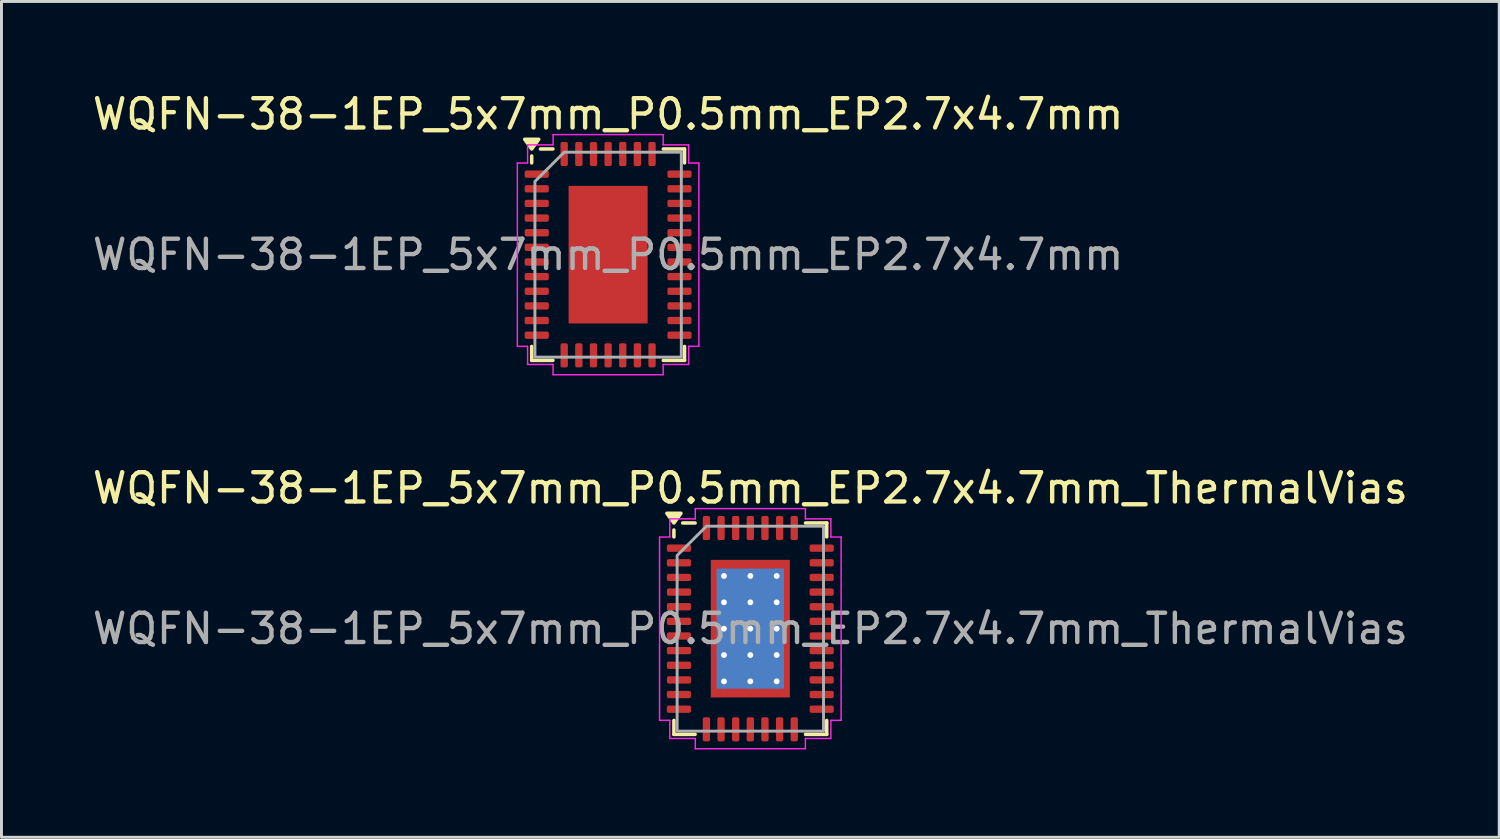
<source format=kicad_pcb>
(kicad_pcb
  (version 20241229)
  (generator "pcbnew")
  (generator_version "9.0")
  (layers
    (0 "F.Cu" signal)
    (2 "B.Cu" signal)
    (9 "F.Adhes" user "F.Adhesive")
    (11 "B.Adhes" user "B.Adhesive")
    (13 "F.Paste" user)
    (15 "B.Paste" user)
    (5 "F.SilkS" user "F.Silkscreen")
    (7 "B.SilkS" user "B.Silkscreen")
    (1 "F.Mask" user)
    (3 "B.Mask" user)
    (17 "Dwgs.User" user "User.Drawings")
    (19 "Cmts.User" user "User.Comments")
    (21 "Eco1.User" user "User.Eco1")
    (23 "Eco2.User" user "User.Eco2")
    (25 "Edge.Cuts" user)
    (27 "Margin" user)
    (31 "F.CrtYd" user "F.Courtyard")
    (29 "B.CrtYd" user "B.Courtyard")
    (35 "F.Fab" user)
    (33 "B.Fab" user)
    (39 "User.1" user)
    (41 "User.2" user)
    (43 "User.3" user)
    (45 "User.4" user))
  (footprint "WQFN-38-1EP_5x7mm_P0.5mm_EP2.7x4.7mm_ThermalVias"
    (layer "F.Cu")
    (at 22.577 18.422)
    (property "Reference" "WQFN-38-1EP_5x7mm_P0.5mm_EP2.7x4.7mm_ThermalVias" (at 0 -4.8 0) (layer "F.SilkS") (effects (font (size 1 1) (thickness 0.15))))
    (attr smd)
    (fp_line (start -2.61 -3.135) (end -2.61 -3.37) (stroke (width 0.12) (type solid)) (layer "F.SilkS"))
    (fp_line (start -2.61 3.61) (end -2.61 3.135) (stroke (width 0.12) (type solid)) (layer "F.SilkS"))
    (fp_line (start -1.885 -3.61) (end -2.31 -3.61) (stroke (width 0.12) (type solid)) (layer "F.SilkS"))
    (fp_line (start -1.885 3.61) (end -2.61 3.61) (stroke (width 0.12) (type solid)) (layer "F.SilkS"))
    (fp_line (start 1.885 -3.61) (end 2.61 -3.61) (stroke (width 0.12) (type solid)) (layer "F.SilkS"))
    (fp_line (start 1.885 3.61) (end 2.61 3.61) (stroke (width 0.12) (type solid)) (layer "F.SilkS"))
    (fp_line (start 2.61 -3.61) (end 2.61 -3.135) (stroke (width 0.12) (type solid)) (layer "F.SilkS"))
    (fp_line (start 2.61 3.61) (end 2.61 3.135) (stroke (width 0.12) (type solid)) (layer "F.SilkS"))
    (fp_poly (pts (xy -2.61 -3.61) (xy -2.85 -3.94) (xy -2.37 -3.94)) (stroke (width 0.12) (type solid)) (fill yes) (layer "F.SilkS"))
    (fp_line (start -3.1 -3.13) (end -2.75 -3.13) (stroke (width 0.05) (type solid)) (layer "F.CrtYd"))
    (fp_line (start -3.1 3.13) (end -3.1 -3.13) (stroke (width 0.05) (type solid)) (layer "F.CrtYd"))
    (fp_line (start -2.75 -3.75) (end -1.88 -3.75) (stroke (width 0.05) (type solid)) (layer "F.CrtYd"))
    (fp_line (start -2.75 -3.13) (end -2.75 -3.75) (stroke (width 0.05) (type solid)) (layer "F.CrtYd"))
    (fp_line (start -2.75 3.13) (end -3.1 3.13) (stroke (width 0.05) (type solid)) (layer "F.CrtYd"))
    (fp_line (start -2.75 3.75) (end -2.75 3.13) (stroke (width 0.05) (type solid)) (layer "F.CrtYd"))
    (fp_line (start -1.88 -4.1) (end 1.88 -4.1) (stroke (width 0.05) (type solid)) (layer "F.CrtYd"))
    (fp_line (start -1.88 -3.75) (end -1.88 -4.1) (stroke (width 0.05) (type solid)) (layer "F.CrtYd"))
    (fp_line (start -1.88 3.75) (end -2.75 3.75) (stroke (width 0.05) (type solid)) (layer "F.CrtYd"))
    (fp_line (start -1.88 4.1) (end -1.88 3.75) (stroke (width 0.05) (type solid)) (layer "F.CrtYd"))
    (fp_line (start 1.88 -4.1) (end 1.88 -3.75) (stroke (width 0.05) (type solid)) (layer "F.CrtYd"))
    (fp_line (start 1.88 -3.75) (end 2.75 -3.75) (stroke (width 0.05) (type solid)) (layer "F.CrtYd"))
    (fp_line (start 1.88 3.75) (end 1.88 4.1) (stroke (width 0.05) (type solid)) (layer "F.CrtYd"))
    (fp_line (start 1.88 4.1) (end -1.88 4.1) (stroke (width 0.05) (type solid)) (layer "F.CrtYd"))
    (fp_line (start 2.75 -3.75) (end 2.75 -3.13) (stroke (width 0.05) (type solid)) (layer "F.CrtYd"))
    (fp_line (start 2.75 -3.13) (end 3.1 -3.13) (stroke (width 0.05) (type solid)) (layer "F.CrtYd"))
    (fp_line (start 2.75 3.13) (end 2.75 3.75) (stroke (width 0.05) (type solid)) (layer "F.CrtYd"))
    (fp_line (start 2.75 3.75) (end 1.88 3.75) (stroke (width 0.05) (type solid)) (layer "F.CrtYd"))
    (fp_line (start 3.1 -3.13) (end 3.1 3.13) (stroke (width 0.05) (type solid)) (layer "F.CrtYd"))
    (fp_line (start 3.1 3.13) (end 2.75 3.13) (stroke (width 0.05) (type solid)) (layer "F.CrtYd"))
    (fp_poly (pts (xy -2.5 -2.5) (xy -2.5 3.5) (xy 2.5 3.5) (xy 2.5 -3.5) (xy -1.5 -3.5)) (stroke (width 0.1) (type solid)) (fill no) (layer "F.Fab"))
    (fp_text user "${REFERENCE}" (at 0 0 0) (layer "F.Fab") (effects (font (size 1 1) (thickness 0.15))))
    (pad "" smd roundrect (at -0.675 -1.57) (size 1.09 1.26) (layers "F.Paste") (roundrect_rratio 0.229))
    (pad "" smd roundrect (at -0.675 0) (size 1.09 1.26) (layers "F.Paste") (roundrect_rratio 0.229))
    (pad "" smd roundrect (at -0.675 1.57) (size 1.09 1.26) (layers "F.Paste") (roundrect_rratio 0.229))
    (pad "" smd roundrect (at 0.675 -1.57) (size 1.09 1.26) (layers "F.Paste") (roundrect_rratio 0.229))
    (pad "" smd roundrect (at 0.675 0) (size 1.09 1.26) (layers "F.Paste") (roundrect_rratio 0.229))
    (pad "" smd roundrect (at 0.675 1.57) (size 1.09 1.26) (layers "F.Paste") (roundrect_rratio 0.229))
    (pad "1" smd roundrect (at -2.438 -2.75) (size 0.825 0.25) (layers "F.Cu" "F.Mask" "F.Paste") (roundrect_rratio 0.25))
    (pad "2" smd roundrect (at -2.438 -2.25) (size 0.825 0.25) (layers "F.Cu" "F.Mask" "F.Paste") (roundrect_rratio 0.25))
    (pad "3" smd roundrect (at -2.438 -1.75) (size 0.825 0.25) (layers "F.Cu" "F.Mask" "F.Paste") (roundrect_rratio 0.25))
    (pad "4" smd roundrect (at -2.438 -1.25) (size 0.825 0.25) (layers "F.Cu" "F.Mask" "F.Paste") (roundrect_rratio 0.25))
    (pad "5" smd roundrect (at -2.438 -0.75) (size 0.825 0.25) (layers "F.Cu" "F.Mask" "F.Paste") (roundrect_rratio 0.25))
    (pad "6" smd roundrect (at -2.438 -0.25) (size 0.825 0.25) (layers "F.Cu" "F.Mask" "F.Paste") (roundrect_rratio 0.25))
    (pad "7" smd roundrect (at -2.438 0.25) (size 0.825 0.25) (layers "F.Cu" "F.Mask" "F.Paste") (roundrect_rratio 0.25))
    (pad "8" smd roundrect (at -2.438 0.75) (size 0.825 0.25) (layers "F.Cu" "F.Mask" "F.Paste") (roundrect_rratio 0.25))
    (pad "9" smd roundrect (at -2.438 1.25) (size 0.825 0.25) (layers "F.Cu" "F.Mask" "F.Paste") (roundrect_rratio 0.25))
    (pad "10" smd roundrect (at -2.438 1.75) (size 0.825 0.25) (layers "F.Cu" "F.Mask" "F.Paste") (roundrect_rratio 0.25))
    (pad "11" smd roundrect (at -2.438 2.25) (size 0.825 0.25) (layers "F.Cu" "F.Mask" "F.Paste") (roundrect_rratio 0.25))
    (pad "12" smd roundrect (at -2.438 2.75) (size 0.825 0.25) (layers "F.Cu" "F.Mask" "F.Paste") (roundrect_rratio 0.25))
    (pad "13" smd roundrect (at -1.5 3.438) (size 0.25 0.825) (layers "F.Cu" "F.Mask" "F.Paste") (roundrect_rratio 0.25))
    (pad "14" smd roundrect (at -1 3.438) (size 0.25 0.825) (layers "F.Cu" "F.Mask" "F.Paste") (roundrect_rratio 0.25))
    (pad "15" smd roundrect (at -0.5 3.438) (size 0.25 0.825) (layers "F.Cu" "F.Mask" "F.Paste") (roundrect_rratio 0.25))
    (pad "16" smd roundrect (at 0 3.438) (size 0.25 0.825) (layers "F.Cu" "F.Mask" "F.Paste") (roundrect_rratio 0.25))
    (pad "17" smd roundrect (at 0.5 3.438) (size 0.25 0.825) (layers "F.Cu" "F.Mask" "F.Paste") (roundrect_rratio 0.25))
    (pad "18" smd roundrect (at 1 3.438) (size 0.25 0.825) (layers "F.Cu" "F.Mask" "F.Paste") (roundrect_rratio 0.25))
    (pad "19" smd roundrect (at 1.5 3.438) (size 0.25 0.825) (layers "F.Cu" "F.Mask" "F.Paste") (roundrect_rratio 0.25))
    (pad "20" smd roundrect (at 2.438 2.75) (size 0.825 0.25) (layers "F.Cu" "F.Mask" "F.Paste") (roundrect_rratio 0.25))
    (pad "21" smd roundrect (at 2.438 2.25) (size 0.825 0.25) (layers "F.Cu" "F.Mask" "F.Paste") (roundrect_rratio 0.25))
    (pad "22" smd roundrect (at 2.438 1.75) (size 0.825 0.25) (layers "F.Cu" "F.Mask" "F.Paste") (roundrect_rratio 0.25))
    (pad "23" smd roundrect (at 2.438 1.25) (size 0.825 0.25) (layers "F.Cu" "F.Mask" "F.Paste") (roundrect_rratio 0.25))
    (pad "24" smd roundrect (at 2.438 0.75) (size 0.825 0.25) (layers "F.Cu" "F.Mask" "F.Paste") (roundrect_rratio 0.25))
    (pad "25" smd roundrect (at 2.438 0.25) (size 0.825 0.25) (layers "F.Cu" "F.Mask" "F.Paste") (roundrect_rratio 0.25))
    (pad "26" smd roundrect (at 2.438 -0.25) (size 0.825 0.25) (layers "F.Cu" "F.Mask" "F.Paste") (roundrect_rratio 0.25))
    (pad "27" smd roundrect (at 2.438 -0.75) (size 0.825 0.25) (layers "F.Cu" "F.Mask" "F.Paste") (roundrect_rratio 0.25))
    (pad "28" smd roundrect (at 2.438 -1.25) (size 0.825 0.25) (layers "F.Cu" "F.Mask" "F.Paste") (roundrect_rratio 0.25))
    (pad "29" smd roundrect (at 2.438 -1.75) (size 0.825 0.25) (layers "F.Cu" "F.Mask" "F.Paste") (roundrect_rratio 0.25))
    (pad "30" smd roundrect (at 2.438 -2.25) (size 0.825 0.25) (layers "F.Cu" "F.Mask" "F.Paste") (roundrect_rratio 0.25))
    (pad "31" smd roundrect (at 2.438 -2.75) (size 0.825 0.25) (layers "F.Cu" "F.Mask" "F.Paste") (roundrect_rratio 0.25))
    (pad "32" smd roundrect (at 1.5 -3.438) (size 0.25 0.825) (layers "F.Cu" "F.Mask" "F.Paste") (roundrect_rratio 0.25))
    (pad "33" smd roundrect (at 1 -3.438) (size 0.25 0.825) (layers "F.Cu" "F.Mask" "F.Paste") (roundrect_rratio 0.25))
    (pad "34" smd roundrect (at 0.5 -3.438) (size 0.25 0.825) (layers "F.Cu" "F.Mask" "F.Paste") (roundrect_rratio 0.25))
    (pad "35" smd roundrect (at 0 -3.438) (size 0.25 0.825) (layers "F.Cu" "F.Mask" "F.Paste") (roundrect_rratio 0.25))
    (pad "36" smd roundrect (at -0.5 -3.438) (size 0.25 0.825) (layers "F.Cu" "F.Mask" "F.Paste") (roundrect_rratio 0.25))
    (pad "37" smd roundrect (at -1 -3.438) (size 0.25 0.825) (layers "F.Cu" "F.Mask" "F.Paste") (roundrect_rratio 0.25))
    (pad "38" smd roundrect (at -1.5 -3.438) (size 0.25 0.825) (layers "F.Cu" "F.Mask" "F.Paste") (roundrect_rratio 0.25))
    (pad "39" thru_hole circle (at -0.9 -1.8) (size 0.5 0.5) (drill 0.2) (property pad_prop_heatsink) (layers "*.Cu"))
    (pad "39" thru_hole circle (at -0.9 -0.9) (size 0.5 0.5) (drill 0.2) (property pad_prop_heatsink) (layers "*.Cu"))
    (pad "39" thru_hole circle (at -0.9 0) (size 0.5 0.5) (drill 0.2) (property pad_prop_heatsink) (layers "*.Cu"))
    (pad "39" thru_hole circle (at -0.9 0.9) (size 0.5 0.5) (drill 0.2) (property pad_prop_heatsink) (layers "*.Cu"))
    (pad "39" thru_hole circle (at -0.9 1.8) (size 0.5 0.5) (drill 0.2) (property pad_prop_heatsink) (layers "*.Cu"))
    (pad "39" thru_hole circle (at 0 -1.8) (size 0.5 0.5) (drill 0.2) (property pad_prop_heatsink) (layers "*.Cu"))
    (pad "39" thru_hole circle (at 0 -0.9) (size 0.5 0.5) (drill 0.2) (property pad_prop_heatsink) (layers "*.Cu"))
    (pad "39" thru_hole circle (at 0 0) (size 0.5 0.5) (drill 0.2) (property pad_prop_heatsink) (layers "*.Cu"))
    (pad "39" smd rect (at 0 0) (size 2.3 4.1) (property pad_prop_heatsink) (layers "B.Cu"))
    (pad "39" smd rect (at 0 0) (size 2.7 4.7) (property pad_prop_heatsink) (layers "F.Cu" "F.Mask"))
    (pad "39" thru_hole circle (at 0 0.9) (size 0.5 0.5) (drill 0.2) (property pad_prop_heatsink) (layers "*.Cu"))
    (pad "39" thru_hole circle (at 0 1.8) (size 0.5 0.5) (drill 0.2) (property pad_prop_heatsink) (layers "*.Cu"))
    (pad "39" thru_hole circle (at 0.9 -1.8) (size 0.5 0.5) (drill 0.2) (property pad_prop_heatsink) (layers "*.Cu"))
    (pad "39" thru_hole circle (at 0.9 -0.9) (size 0.5 0.5) (drill 0.2) (property pad_prop_heatsink) (layers "*.Cu"))
    (pad "39" thru_hole circle (at 0.9 0) (size 0.5 0.5) (drill 0.2) (property pad_prop_heatsink) (layers "*.Cu"))
    (pad "39" thru_hole circle (at 0.9 0.9) (size 0.5 0.5) (drill 0.2) (property pad_prop_heatsink) (layers "*.Cu"))
    (pad "39" thru_hole circle (at 0.9 1.8) (size 0.5 0.5) (drill 0.2) (property pad_prop_heatsink) (layers "*.Cu")))
  (footprint "WQFN-38-1EP_5x7mm_P0.5mm_EP2.7x4.7mm"
    (layer "F.Cu")
    (at 17.72 5.648)
    (property "Reference" "WQFN-38-1EP_5x7mm_P0.5mm_EP2.7x4.7mm" (at 0 -4.8 0) (layer "F.SilkS") (effects (font (size 1 1) (thickness 0.15))))
    (attr smd)
    (fp_line (start -2.61 -3.135) (end -2.61 -3.37) (stroke (width 0.12) (type solid)) (layer "F.SilkS"))
    (fp_line (start -2.61 3.61) (end -2.61 3.135) (stroke (width 0.12) (type solid)) (layer "F.SilkS"))
    (fp_line (start -1.885 -3.61) (end -2.31 -3.61) (stroke (width 0.12) (type solid)) (layer "F.SilkS"))
    (fp_line (start -1.885 3.61) (end -2.61 3.61) (stroke (width 0.12) (type solid)) (layer "F.SilkS"))
    (fp_line (start 1.885 -3.61) (end 2.61 -3.61) (stroke (width 0.12) (type solid)) (layer "F.SilkS"))
    (fp_line (start 1.885 3.61) (end 2.61 3.61) (stroke (width 0.12) (type solid)) (layer "F.SilkS"))
    (fp_line (start 2.61 -3.61) (end 2.61 -3.135) (stroke (width 0.12) (type solid)) (layer "F.SilkS"))
    (fp_line (start 2.61 3.61) (end 2.61 3.135) (stroke (width 0.12) (type solid)) (layer "F.SilkS"))
    (fp_poly (pts (xy -2.61 -3.61) (xy -2.85 -3.94) (xy -2.37 -3.94)) (stroke (width 0.12) (type solid)) (fill yes) (layer "F.SilkS"))
    (fp_line (start -3.1 -3.13) (end -2.75 -3.13) (stroke (width 0.05) (type solid)) (layer "F.CrtYd"))
    (fp_line (start -3.1 3.13) (end -3.1 -3.13) (stroke (width 0.05) (type solid)) (layer "F.CrtYd"))
    (fp_line (start -2.75 -3.75) (end -1.88 -3.75) (stroke (width 0.05) (type solid)) (layer "F.CrtYd"))
    (fp_line (start -2.75 -3.13) (end -2.75 -3.75) (stroke (width 0.05) (type solid)) (layer "F.CrtYd"))
    (fp_line (start -2.75 3.13) (end -3.1 3.13) (stroke (width 0.05) (type solid)) (layer "F.CrtYd"))
    (fp_line (start -2.75 3.75) (end -2.75 3.13) (stroke (width 0.05) (type solid)) (layer "F.CrtYd"))
    (fp_line (start -1.88 -4.1) (end 1.88 -4.1) (stroke (width 0.05) (type solid)) (layer "F.CrtYd"))
    (fp_line (start -1.88 -3.75) (end -1.88 -4.1) (stroke (width 0.05) (type solid)) (layer "F.CrtYd"))
    (fp_line (start -1.88 3.75) (end -2.75 3.75) (stroke (width 0.05) (type solid)) (layer "F.CrtYd"))
    (fp_line (start -1.88 4.1) (end -1.88 3.75) (stroke (width 0.05) (type solid)) (layer "F.CrtYd"))
    (fp_line (start 1.88 -4.1) (end 1.88 -3.75) (stroke (width 0.05) (type solid)) (layer "F.CrtYd"))
    (fp_line (start 1.88 -3.75) (end 2.75 -3.75) (stroke (width 0.05) (type solid)) (layer "F.CrtYd"))
    (fp_line (start 1.88 3.75) (end 1.88 4.1) (stroke (width 0.05) (type solid)) (layer "F.CrtYd"))
    (fp_line (start 1.88 4.1) (end -1.88 4.1) (stroke (width 0.05) (type solid)) (layer "F.CrtYd"))
    (fp_line (start 2.75 -3.75) (end 2.75 -3.13) (stroke (width 0.05) (type solid)) (layer "F.CrtYd"))
    (fp_line (start 2.75 -3.13) (end 3.1 -3.13) (stroke (width 0.05) (type solid)) (layer "F.CrtYd"))
    (fp_line (start 2.75 3.13) (end 2.75 3.75) (stroke (width 0.05) (type solid)) (layer "F.CrtYd"))
    (fp_line (start 2.75 3.75) (end 1.88 3.75) (stroke (width 0.05) (type solid)) (layer "F.CrtYd"))
    (fp_line (start 3.1 -3.13) (end 3.1 3.13) (stroke (width 0.05) (type solid)) (layer "F.CrtYd"))
    (fp_line (start 3.1 3.13) (end 2.75 3.13) (stroke (width 0.05) (type solid)) (layer "F.CrtYd"))
    (fp_poly (pts (xy -2.5 -2.5) (xy -2.5 3.5) (xy 2.5 3.5) (xy 2.5 -3.5) (xy -1.5 -3.5)) (stroke (width 0.1) (type solid)) (fill no) (layer "F.Fab"))
    (fp_text user "${REFERENCE}" (at 0 0 0) (layer "F.Fab") (effects (font (size 1 1) (thickness 0.15))))
    (pad "" smd roundrect (at -0.675 -1.57) (size 1.09 1.26) (layers "F.Paste") (roundrect_rratio 0.229))
    (pad "" smd roundrect (at -0.675 0) (size 1.09 1.26) (layers "F.Paste") (roundrect_rratio 0.229))
    (pad "" smd roundrect (at -0.675 1.57) (size 1.09 1.26) (layers "F.Paste") (roundrect_rratio 0.229))
    (pad "" smd roundrect (at 0.675 -1.57) (size 1.09 1.26) (layers "F.Paste") (roundrect_rratio 0.229))
    (pad "" smd roundrect (at 0.675 0) (size 1.09 1.26) (layers "F.Paste") (roundrect_rratio 0.229))
    (pad "" smd roundrect (at 0.675 1.57) (size 1.09 1.26) (layers "F.Paste") (roundrect_rratio 0.229))
    (pad "1" smd roundrect (at -2.438 -2.75) (size 0.825 0.25) (layers "F.Cu" "F.Mask" "F.Paste") (roundrect_rratio 0.25))
    (pad "2" smd roundrect (at -2.438 -2.25) (size 0.825 0.25) (layers "F.Cu" "F.Mask" "F.Paste") (roundrect_rratio 0.25))
    (pad "3" smd roundrect (at -2.438 -1.75) (size 0.825 0.25) (layers "F.Cu" "F.Mask" "F.Paste") (roundrect_rratio 0.25))
    (pad "4" smd roundrect (at -2.438 -1.25) (size 0.825 0.25) (layers "F.Cu" "F.Mask" "F.Paste") (roundrect_rratio 0.25))
    (pad "5" smd roundrect (at -2.438 -0.75) (size 0.825 0.25) (layers "F.Cu" "F.Mask" "F.Paste") (roundrect_rratio 0.25))
    (pad "6" smd roundrect (at -2.438 -0.25) (size 0.825 0.25) (layers "F.Cu" "F.Mask" "F.Paste") (roundrect_rratio 0.25))
    (pad "7" smd roundrect (at -2.438 0.25) (size 0.825 0.25) (layers "F.Cu" "F.Mask" "F.Paste") (roundrect_rratio 0.25))
    (pad "8" smd roundrect (at -2.438 0.75) (size 0.825 0.25) (layers "F.Cu" "F.Mask" "F.Paste") (roundrect_rratio 0.25))
    (pad "9" smd roundrect (at -2.438 1.25) (size 0.825 0.25) (layers "F.Cu" "F.Mask" "F.Paste") (roundrect_rratio 0.25))
    (pad "10" smd roundrect (at -2.438 1.75) (size 0.825 0.25) (layers "F.Cu" "F.Mask" "F.Paste") (roundrect_rratio 0.25))
    (pad "11" smd roundrect (at -2.438 2.25) (size 0.825 0.25) (layers "F.Cu" "F.Mask" "F.Paste") (roundrect_rratio 0.25))
    (pad "12" smd roundrect (at -2.438 2.75) (size 0.825 0.25) (layers "F.Cu" "F.Mask" "F.Paste") (roundrect_rratio 0.25))
    (pad "13" smd roundrect (at -1.5 3.438) (size 0.25 0.825) (layers "F.Cu" "F.Mask" "F.Paste") (roundrect_rratio 0.25))
    (pad "14" smd roundrect (at -1 3.438) (size 0.25 0.825) (layers "F.Cu" "F.Mask" "F.Paste") (roundrect_rratio 0.25))
    (pad "15" smd roundrect (at -0.5 3.438) (size 0.25 0.825) (layers "F.Cu" "F.Mask" "F.Paste") (roundrect_rratio 0.25))
    (pad "16" smd roundrect (at 0 3.438) (size 0.25 0.825) (layers "F.Cu" "F.Mask" "F.Paste") (roundrect_rratio 0.25))
    (pad "17" smd roundrect (at 0.5 3.438) (size 0.25 0.825) (layers "F.Cu" "F.Mask" "F.Paste") (roundrect_rratio 0.25))
    (pad "18" smd roundrect (at 1 3.438) (size 0.25 0.825) (layers "F.Cu" "F.Mask" "F.Paste") (roundrect_rratio 0.25))
    (pad "19" smd roundrect (at 1.5 3.438) (size 0.25 0.825) (layers "F.Cu" "F.Mask" "F.Paste") (roundrect_rratio 0.25))
    (pad "20" smd roundrect (at 2.438 2.75) (size 0.825 0.25) (layers "F.Cu" "F.Mask" "F.Paste") (roundrect_rratio 0.25))
    (pad "21" smd roundrect (at 2.438 2.25) (size 0.825 0.25) (layers "F.Cu" "F.Mask" "F.Paste") (roundrect_rratio 0.25))
    (pad "22" smd roundrect (at 2.438 1.75) (size 0.825 0.25) (layers "F.Cu" "F.Mask" "F.Paste") (roundrect_rratio 0.25))
    (pad "23" smd roundrect (at 2.438 1.25) (size 0.825 0.25) (layers "F.Cu" "F.Mask" "F.Paste") (roundrect_rratio 0.25))
    (pad "24" smd roundrect (at 2.438 0.75) (size 0.825 0.25) (layers "F.Cu" "F.Mask" "F.Paste") (roundrect_rratio 0.25))
    (pad "25" smd roundrect (at 2.438 0.25) (size 0.825 0.25) (layers "F.Cu" "F.Mask" "F.Paste") (roundrect_rratio 0.25))
    (pad "26" smd roundrect (at 2.438 -0.25) (size 0.825 0.25) (layers "F.Cu" "F.Mask" "F.Paste") (roundrect_rratio 0.25))
    (pad "27" smd roundrect (at 2.438 -0.75) (size 0.825 0.25) (layers "F.Cu" "F.Mask" "F.Paste") (roundrect_rratio 0.25))
    (pad "28" smd roundrect (at 2.438 -1.25) (size 0.825 0.25) (layers "F.Cu" "F.Mask" "F.Paste") (roundrect_rratio 0.25))
    (pad "29" smd roundrect (at 2.438 -1.75) (size 0.825 0.25) (layers "F.Cu" "F.Mask" "F.Paste") (roundrect_rratio 0.25))
    (pad "30" smd roundrect (at 2.438 -2.25) (size 0.825 0.25) (layers "F.Cu" "F.Mask" "F.Paste") (roundrect_rratio 0.25))
    (pad "31" smd roundrect (at 2.438 -2.75) (size 0.825 0.25) (layers "F.Cu" "F.Mask" "F.Paste") (roundrect_rratio 0.25))
    (pad "32" smd roundrect (at 1.5 -3.438) (size 0.25 0.825) (layers "F.Cu" "F.Mask" "F.Paste") (roundrect_rratio 0.25))
    (pad "33" smd roundrect (at 1 -3.438) (size 0.25 0.825) (layers "F.Cu" "F.Mask" "F.Paste") (roundrect_rratio 0.25))
    (pad "34" smd roundrect (at 0.5 -3.438) (size 0.25 0.825) (layers "F.Cu" "F.Mask" "F.Paste") (roundrect_rratio 0.25))
    (pad "35" smd roundrect (at 0 -3.438) (size 0.25 0.825) (layers "F.Cu" "F.Mask" "F.Paste") (roundrect_rratio 0.25))
    (pad "36" smd roundrect (at -0.5 -3.438) (size 0.25 0.825) (layers "F.Cu" "F.Mask" "F.Paste") (roundrect_rratio 0.25))
    (pad "37" smd roundrect (at -1 -3.438) (size 0.25 0.825) (layers "F.Cu" "F.Mask" "F.Paste") (roundrect_rratio 0.25))
    (pad "38" smd roundrect (at -1.5 -3.438) (size 0.25 0.825) (layers "F.Cu" "F.Mask" "F.Paste") (roundrect_rratio 0.25))
    (pad "39" smd rect (at 0 0) (size 2.7 4.7) (property pad_prop_heatsink) (layers "F.Cu" "F.Mask")))
  (gr_rect
    (start -3 -3)
    (end 48.155 25.547)
    (stroke (width 0.1) (type default))
    (fill no)
    (layer "Edge.Cuts")))
</source>
